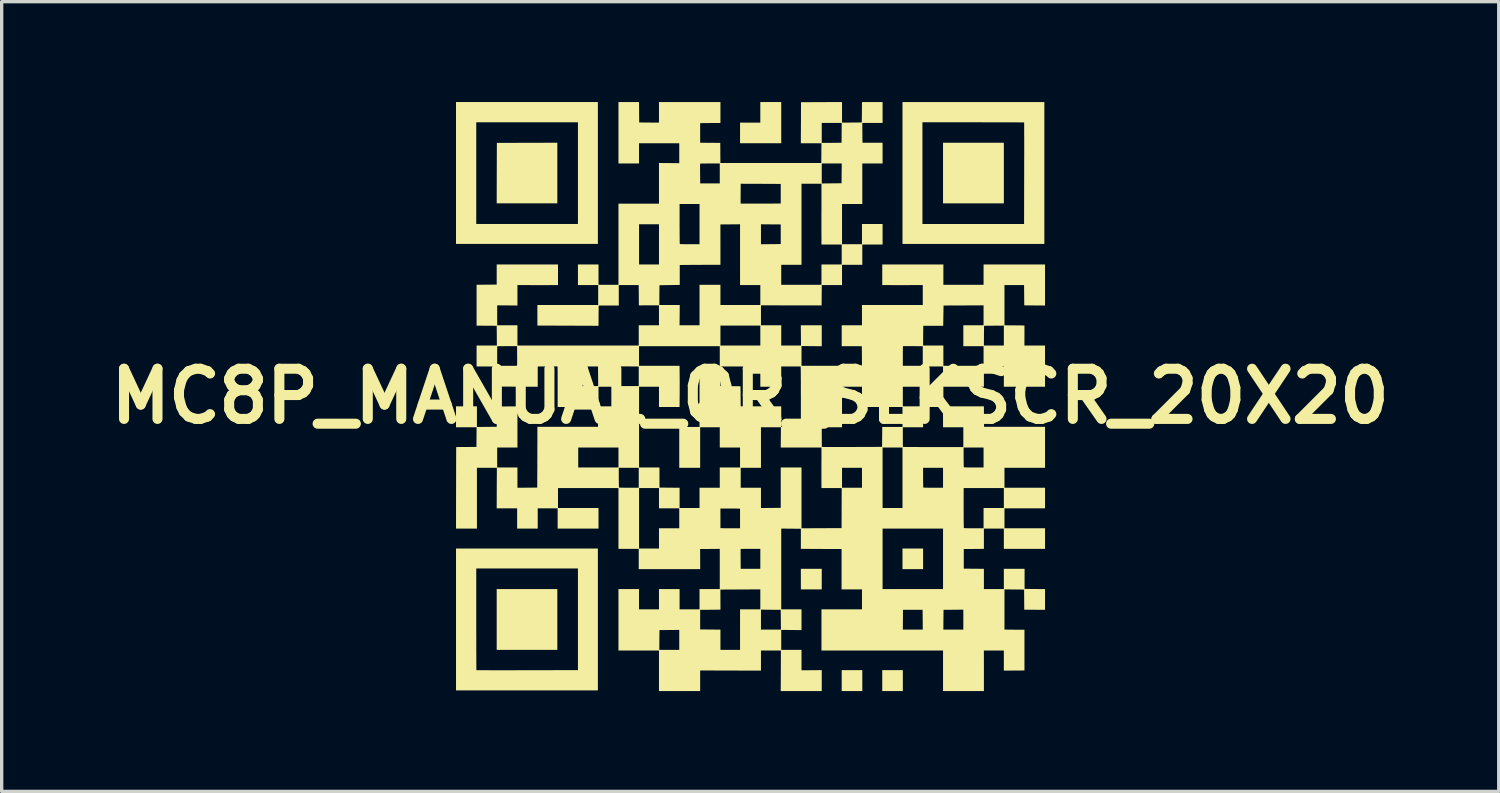
<source format=kicad_pcb>
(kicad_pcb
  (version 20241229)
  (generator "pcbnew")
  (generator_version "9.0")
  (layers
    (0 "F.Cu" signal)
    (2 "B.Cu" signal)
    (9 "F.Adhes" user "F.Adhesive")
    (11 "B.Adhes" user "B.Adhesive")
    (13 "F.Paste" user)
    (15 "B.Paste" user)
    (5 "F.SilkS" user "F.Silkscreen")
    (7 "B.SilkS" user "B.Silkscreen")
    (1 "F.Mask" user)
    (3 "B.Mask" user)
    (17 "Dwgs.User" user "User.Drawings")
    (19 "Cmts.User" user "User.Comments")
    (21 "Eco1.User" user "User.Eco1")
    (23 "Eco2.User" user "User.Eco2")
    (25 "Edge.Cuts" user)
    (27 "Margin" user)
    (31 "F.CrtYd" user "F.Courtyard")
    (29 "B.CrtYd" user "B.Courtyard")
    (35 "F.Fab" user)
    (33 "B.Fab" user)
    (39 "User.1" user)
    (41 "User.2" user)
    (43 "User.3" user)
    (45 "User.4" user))
  (footprint "MC8P_MANUAL_QR_SLKSCR_20X20"
    (layer "F.Cu")
    (at 19.371 8.792)
    (property "Reference" "MC8P_MANUAL_QR_SLKSCR_20X20" (at 0 0 0) (layer "F.SilkS") (effects (font (size 1.5 1.5) (thickness 0.3))))
    (attr board_only exclude_from_pos_files exclude_from_bom)
    (fp_poly (pts (xy -5.764 -6.67) (xy -5.764 -5.764) (xy -6.67 -5.764) (xy -7.576 -5.764) (xy -7.574 -6.668) (xy -7.571 -7.571) (xy -6.668 -7.574) (xy -5.764 -7.576)) (stroke (width 0) (type solid)) (fill yes) (layer "F.SilkS"))
    (fp_poly (pts (xy -5.764 6.672) (xy -5.764 7.581) (xy -6.67 7.581) (xy -7.576 7.581) (xy -7.576 6.672) (xy -7.576 5.764) (xy -6.67 5.764) (xy -5.764 5.764)) (stroke (width 0) (type solid)) (fill yes) (layer "F.SilkS"))
    (fp_poly (pts (xy 2.139 5.466) (xy 2.139 5.774) (xy 1.827 5.774) (xy 1.515 5.774) (xy 1.515 5.466) (xy 1.514 5.158) (xy 1.827 5.158) (xy 2.139 5.158)) (stroke (width 0) (type solid)) (fill yes) (layer "F.SilkS"))
    (fp_poly (pts (xy 3.351 8.499) (xy 3.351 8.812) (xy 3.043 8.812) (xy 2.735 8.812) (xy 2.735 8.499) (xy 2.735 8.187) (xy 3.043 8.187) (xy 3.351 8.187)) (stroke (width 0) (type solid)) (fill yes) (layer "F.SilkS"))
    (fp_poly (pts (xy 4.562 8.499) (xy 4.562 8.812) (xy 4.255 8.812) (xy 3.947 8.812) (xy 3.947 8.499) (xy 3.947 8.187) (xy 4.255 8.187) (xy 4.562 8.187)) (stroke (width 0) (type solid)) (fill yes) (layer "F.SilkS"))
    (fp_poly (pts (xy 5.168 4.86) (xy 5.168 5.168) (xy 4.86 5.168) (xy 4.552 5.168) (xy 4.552 4.86) (xy 4.552 4.552) (xy 4.86 4.552) (xy 5.168 4.552)) (stroke (width 0) (type solid)) (fill yes) (layer "F.SilkS"))
    (fp_poly (pts (xy 7.581 -6.67) (xy 7.581 -5.764) (xy 6.672 -5.764) (xy 5.764 -5.764) (xy 5.764 -6.67) (xy 5.764 -7.576) (xy 6.672 -7.576) (xy 7.581 -7.576)) (stroke (width 0) (type solid)) (fill yes) (layer "F.SilkS"))
    (fp_poly (pts (xy 0.928 -8.177) (xy 0.928 -7.561) (xy 0.313 -7.561) (xy -0.303 -7.561) (xy -0.303 -7.869) (xy -0.303 -8.177) (xy 0 -8.177) (xy 0.303 -8.177) (xy 0.303 -8.485) (xy 0.303 -8.792) (xy 0.615 -8.792) (xy 0.928 -8.792)) (stroke (width 0) (type solid)) (fill yes) (layer "F.SilkS"))
    (fp_poly (pts (xy -4.552 -6.672) (xy -4.552 -4.552) (xy -6.672 -4.552) (xy -8.792 -4.552) (xy -8.792 -6.668) (xy -8.187 -6.668) (xy -8.187 -5.148) (xy -6.668 -5.148) (xy -5.148 -5.148) (xy -5.148 -6.668) (xy -5.148 -8.187) (xy -6.668 -8.187) (xy -8.187 -8.187) (xy -8.187 -6.668) (xy -8.792 -6.668) (xy -8.792 -6.672) (xy -8.792 -8.792) (xy -6.672 -8.792) (xy -4.552 -8.792)) (stroke (width 0) (type solid)) (fill yes) (layer "F.SilkS"))
    (fp_poly (pts (xy -4.552 6.672) (xy -4.552 8.792) (xy -6.672 8.792) (xy -8.792 8.792) (xy -8.792 6.672) (xy -8.792 6.666) (xy -8.187 6.666) (xy -8.187 6.837) (xy -8.187 7.002) (xy -8.186 7.161) (xy -8.186 7.312) (xy -8.186 7.455) (xy -8.186 7.588) (xy -8.185 7.711) (xy -8.185 7.822) (xy -8.185 7.921) (xy -8.184 8.005) (xy -8.184 8.075) (xy -8.184 8.129) (xy -8.183 8.166) (xy -8.183 8.185) (xy -8.183 8.187) (xy -8.172 8.188) (xy -8.144 8.188) (xy -8.098 8.189) (xy -8.036 8.189) (xy -7.958 8.189) (xy -7.866 8.189) (xy -7.761 8.19) (xy -7.644 8.19) (xy -7.515 8.19) (xy -7.377 8.19) (xy -7.229 8.19) (xy -7.074 8.19) (xy -6.911 8.189) (xy -6.743 8.189) (xy -6.663 8.189) (xy -5.148 8.186) (xy -5.148 6.667) (xy -5.148 5.148) (xy -6.668 5.148) (xy -8.187 5.148) (xy -8.187 6.666) (xy -8.792 6.666) (xy -8.792 4.552) (xy -6.672 4.552) (xy -4.552 4.552)) (stroke (width 0) (type solid)) (fill yes) (layer "F.SilkS"))
    (fp_poly (pts (xy 8.792 -6.672) (xy 8.792 -4.552) (xy 6.672 -4.552) (xy 4.552 -4.552) (xy 4.552 -6.668) (xy 5.148 -6.668) (xy 5.148 -5.148) (xy 6.667 -5.148) (xy 8.186 -5.148) (xy 8.189 -6.663) (xy 8.189 -6.834) (xy 8.189 -6.999) (xy 8.19 -7.158) (xy 8.19 -7.309) (xy 8.19 -7.452) (xy 8.19 -7.585) (xy 8.19 -7.708) (xy 8.189 -7.819) (xy 8.189 -7.917) (xy 8.189 -8.001) (xy 8.189 -8.071) (xy 8.188 -8.125) (xy 8.188 -8.161) (xy 8.188 -8.18) (xy 8.187 -8.183) (xy 8.177 -8.183) (xy 8.149 -8.183) (xy 8.103 -8.184) (xy 8.04 -8.184) (xy 7.963 -8.185) (xy 7.871 -8.185) (xy 7.766 -8.185) (xy 7.648 -8.186) (xy 7.52 -8.186) (xy 7.381 -8.186) (xy 7.234 -8.186) (xy 7.078 -8.186) (xy 6.916 -8.187) (xy 6.748 -8.187) (xy 6.666 -8.187) (xy 5.148 -8.187) (xy 5.148 -6.668) (xy 4.552 -6.668) (xy 4.552 -6.672) (xy 4.552 -8.792) (xy 6.672 -8.792) (xy 8.792 -8.792)) (stroke (width 0) (type solid)) (fill yes) (layer "F.SilkS"))
    (fp_poly (pts (xy 2.745 -8.485) (xy 2.745 -8.177) (xy 3.041 -8.179) (xy 3.336 -8.182) (xy 3.339 -8.487) (xy 3.341 -8.792) (xy 3.649 -8.792) (xy 3.957 -8.792) (xy 3.957 -8.48) (xy 3.957 -8.167) (xy 3.654 -8.167) (xy 3.351 -8.167) (xy 3.353 -7.872) (xy 3.356 -7.576) (xy 3.656 -7.576) (xy 3.957 -7.576) (xy 3.957 -7.266) (xy 3.957 -6.956) (xy 3.654 -6.956) (xy 3.351 -6.956) (xy 3.351 -6.35) (xy 3.351 -5.744) (xy 3.048 -5.744) (xy 2.745 -5.744) (xy 2.745 -5.144) (xy 2.745 -4.543) (xy 3.043 -4.543) (xy 3.341 -4.543) (xy 3.341 -4.846) (xy 3.341 -5.148) (xy 3.649 -5.148) (xy 3.957 -5.148) (xy 3.957 -4.841) (xy 3.957 -4.533) (xy 3.654 -4.533) (xy 3.351 -4.533) (xy 3.351 -4.23) (xy 3.351 -3.927) (xy 3.048 -3.927) (xy 2.745 -3.927) (xy 2.745 -3.624) (xy 2.745 -3.322) (xy 2.442 -3.322) (xy 2.14 -3.322) (xy 2.137 -3.018) (xy 2.135 -2.715) (xy 1.228 -2.715) (xy 0.322 -2.716) (xy 0.322 -2.418) (xy 0.322 -2.12) (xy 0.625 -2.12) (xy 0.928 -2.12) (xy 0.928 -1.817) (xy 0.928 -1.514) (xy 1.224 -1.514) (xy 1.519 -1.514) (xy 1.516 -1.817) (xy 1.513 -2.12) (xy 1.826 -2.12) (xy 2.139 -2.12) (xy 2.139 -1.807) (xy 2.139 -1.494) (xy 1.837 -1.497) (xy 1.534 -1.5) (xy 1.534 -1.204) (xy 1.534 -0.909) (xy 2.438 -0.909) (xy 3.341 -0.909) (xy 3.339 -1.2) (xy 4.562 -1.2) (xy 4.562 -0.909) (xy 4.86 -0.909) (xy 5.158 -0.909) (xy 5.158 -1.201) (xy 5.158 -1.494) (xy 4.864 -1.497) (xy 4.79 -1.497) (xy 4.723 -1.498) (xy 4.665 -1.498) (xy 4.618 -1.497) (xy 4.585 -1.497) (xy 4.568 -1.496) (xy 4.566 -1.496) (xy 4.565 -1.485) (xy 4.564 -1.458) (xy 4.564 -1.415) (xy 4.563 -1.361) (xy 4.562 -1.297) (xy 4.562 -1.225) (xy 4.562 -1.2) (xy 3.339 -1.2) (xy 3.339 -1.202) (xy 3.336 -1.496) (xy 3.036 -1.495) (xy 2.735 -1.494) (xy 2.735 -1.514) (xy 5.168 -1.514) (xy 5.471 -1.514) (xy 5.774 -1.514) (xy 5.774 -1.211) (xy 5.774 -0.909) (xy 6.374 -0.909) (xy 6.975 -0.909) (xy 6.975 -1.202) (xy 6.975 -1.495) (xy 6.672 -1.495) (xy 6.37 -1.495) (xy 6.37 -1.514) (xy 6.985 -1.514) (xy 7.283 -1.514) (xy 7.581 -1.514) (xy 7.581 -1.812) (xy 7.581 -2.11) (xy 7.285 -2.108) (xy 6.99 -2.105) (xy 6.987 -1.81) (xy 6.985 -1.514) (xy 6.37 -1.514) (xy 6.37 -1.807) (xy 6.37 -2.12) (xy 6.672 -2.12) (xy 6.975 -2.12) (xy 6.975 -2.418) (xy 6.975 -2.716) (xy 6.377 -2.713) (xy 5.779 -2.711) (xy 5.774 -2.408) (xy 5.769 -2.105) (xy 5.471 -2.105) (xy 5.173 -2.105) (xy 5.17 -1.81) (xy 5.168 -1.514) (xy 2.735 -1.514) (xy 2.735 -1.807) (xy 2.735 -2.12) (xy 3.038 -2.12) (xy 3.341 -2.12) (xy 3.341 -2.423) (xy 3.341 -2.726) (xy 4.25 -2.726) (xy 5.158 -2.726) (xy 5.158 -3.024) (xy 5.158 -3.322) (xy 4.858 -3.322) (xy 4.763 -3.321) (xy 4.655 -3.321) (xy 4.541 -3.321) (xy 4.428 -3.321) (xy 4.322 -3.321) (xy 4.252 -3.321) (xy 3.947 -3.322) (xy 3.947 -3.629) (xy 3.947 -3.937) (xy 4.86 -3.937) (xy 5.774 -3.937) (xy 5.774 -3.634) (xy 5.774 -3.331) (xy 6.374 -3.331) (xy 6.975 -3.331) (xy 6.975 -3.634) (xy 6.975 -3.937) (xy 7.894 -3.937) (xy 8.812 -3.937) (xy 8.812 -3.324) (xy 8.812 -2.711) (xy 8.502 -2.713) (xy 8.191 -2.716) (xy 8.189 -3.019) (xy 8.186 -3.322) (xy 7.893 -3.322) (xy 7.6 -3.322) (xy 7.6 -2.721) (xy 7.6 -2.12) (xy 7.899 -2.118) (xy 8.197 -2.115) (xy 8.197 -1.815) (xy 8.196 -1.514) (xy 8.504 -1.514) (xy 8.812 -1.514) (xy 8.812 -0.899) (xy 8.812 -0.283) (xy 8.196 -0.283) (xy 7.581 -0.283) (xy 7.581 -0.586) (xy 7.581 -0.889) (xy 7.283 -0.889) (xy 6.985 -0.889) (xy 6.985 -0.586) (xy 6.985 -0.283) (xy 6.379 -0.283) (xy 5.774 -0.283) (xy 5.774 0.01) (xy 5.774 0.303) (xy 6.379 0.303) (xy 6.985 0.303) (xy 6.987 0.608) (xy 6.99 0.913) (xy 7.901 0.913) (xy 8.812 0.913) (xy 8.812 1.526) (xy 8.812 2.139) (xy 8.206 2.139) (xy 7.6 2.139) (xy 7.6 2.438) (xy 7.6 2.736) (xy 7.901 2.735) (xy 7.996 2.735) (xy 8.104 2.735) (xy 8.218 2.735) (xy 8.331 2.735) (xy 8.437 2.735) (xy 8.507 2.735) (xy 8.812 2.735) (xy 8.812 3.043) (xy 8.812 3.351) (xy 8.206 3.351) (xy 7.6 3.351) (xy 7.6 3.649) (xy 7.6 3.947) (xy 8.206 3.947) (xy 8.812 3.947) (xy 8.812 4.255) (xy 8.812 4.562) (xy 8.196 4.562) (xy 7.581 4.562) (xy 7.581 4.259) (xy 7.581 3.957) (xy 7.283 3.957) (xy 6.985 3.957) (xy 6.985 4.259) (xy 6.985 4.562) (xy 6.685 4.565) (xy 6.384 4.567) (xy 6.384 4.86) (xy 6.384 5.153) (xy 6.685 5.156) (xy 6.985 5.158) (xy 6.985 5.461) (xy 6.985 5.764) (xy 7.283 5.764) (xy 7.581 5.764) (xy 7.581 5.461) (xy 7.581 5.158) (xy 7.891 5.158) (xy 8.201 5.158) (xy 8.201 5.459) (xy 8.201 5.759) (xy 8.507 5.762) (xy 8.812 5.764) (xy 8.812 6.074) (xy 8.812 6.384) (xy 8.502 6.382) (xy 8.191 6.38) (xy 8.189 6.079) (xy 8.187 5.779) (xy 7.894 5.776) (xy 7.6 5.773) (xy 7.6 6.374) (xy 7.6 6.975) (xy 7.899 6.978) (xy 8.197 6.98) (xy 8.197 7.588) (xy 8.197 8.197) (xy 7.889 8.199) (xy 7.581 8.201) (xy 7.581 7.901) (xy 7.581 7.6) (xy 7.283 7.6) (xy 6.984 7.6) (xy 6.985 7.901) (xy 6.985 7.996) (xy 6.985 8.104) (xy 6.985 8.218) (xy 6.985 8.331) (xy 6.985 8.437) (xy 6.985 8.507) (xy 6.985 8.812) (xy 6.374 8.812) (xy 5.764 8.812) (xy 5.764 8.206) (xy 5.764 7.6) (xy 3.947 7.6) (xy 2.13 7.6) (xy 2.13 6.985) (xy 2.13 6.975) (xy 4.562 6.975) (xy 4.86 6.975) (xy 5.158 6.975) (xy 5.773 6.975) (xy 6.071 6.975) (xy 6.37 6.975) (xy 6.37 6.677) (xy 6.37 6.379) (xy 6.074 6.382) (xy 5.779 6.384) (xy 5.776 6.68) (xy 5.773 6.975) (xy 5.158 6.975) (xy 5.156 6.68) (xy 5.153 6.384) (xy 4.86 6.384) (xy 4.567 6.384) (xy 4.565 6.68) (xy 4.562 6.975) (xy 2.13 6.975) (xy 2.13 6.37) (xy 2.735 6.37) (xy 3.341 6.37) (xy 3.341 6.072) (xy 3.341 5.774) (xy 3.036 5.774) (xy 2.731 5.774) (xy 2.731 5.17) (xy 2.731 4.86) (xy 3.957 4.86) (xy 3.957 5.764) (xy 4.86 5.764) (xy 5.764 5.764) (xy 5.764 4.86) (xy 5.764 3.957) (xy 4.86 3.957) (xy 3.957 3.957) (xy 3.957 4.86) (xy 2.731 4.86) (xy 2.731 4.567) (xy 2.122 4.565) (xy 1.514 4.562) (xy 1.515 4.262) (xy 1.515 3.961) (xy 1.222 3.959) (xy 0.928 3.956) (xy 0.928 5.163) (xy 0.928 6.37) (xy 1.231 6.37) (xy 1.534 6.37) (xy 1.534 6.68) (xy 1.534 6.99) (xy 1.231 6.987) (xy 0.928 6.984) (xy 0.928 7.283) (xy 0.928 7.581) (xy 1.231 7.581) (xy 1.534 7.581) (xy 1.534 7.886) (xy 1.534 8.191) (xy 1.837 8.189) (xy 2.139 8.186) (xy 2.139 8.499) (xy 2.139 8.812) (xy 1.526 8.812) (xy 0.913 8.812) (xy 0.916 8.206) (xy 0.918 7.6) (xy 0.62 7.6) (xy 0.322 7.6) (xy 0.322 7.901) (xy 0.322 8.201) (xy -0.586 8.199) (xy -1.495 8.196) (xy -1.495 8.504) (xy -1.495 8.812) (xy -2.11 8.812) (xy -2.726 8.812) (xy -2.726 8.206) (xy -2.726 7.6) (xy -3.331 7.6) (xy -3.937 7.6) (xy -3.937 7.581) (xy -2.716 7.581) (xy -2.418 7.581) (xy -2.12 7.581) (xy -2.12 7.283) (xy -2.12 6.985) (xy -2.415 6.987) (xy -2.711 6.99) (xy -2.714 7.285) (xy -2.716 7.581) (xy -3.937 7.581) (xy -3.937 6.682) (xy -3.937 6.384) (xy -1.495 6.384) (xy -1.495 6.677) (xy -1.495 6.97) (xy -1.192 6.973) (xy -0.889 6.976) (xy -0.889 7.278) (xy -0.889 7.581) (xy -0.596 7.581) (xy -0.303 7.581) (xy -0.303 6.975) (xy -0.303 6.677) (xy 0.322 6.677) (xy 0.322 6.975) (xy 0.62 6.975) (xy 0.919 6.975) (xy 0.916 6.68) (xy 0.913 6.384) (xy 0.618 6.382) (xy 0.322 6.379) (xy 0.322 6.677) (xy -0.303 6.677) (xy -0.303 6.37) (xy 0 6.37) (xy 0.303 6.37) (xy 0.303 6.072) (xy 0.303 5.773) (xy -0.294 5.776) (xy -0.89 5.779) (xy -0.889 6.079) (xy -0.888 6.379) (xy -1.192 6.382) (xy -1.495 6.384) (xy -3.937 6.384) (xy -3.937 5.764) (xy -3.629 5.764) (xy -3.322 5.764) (xy -3.322 6.067) (xy -3.322 6.37) (xy -3.024 6.37) (xy -2.726 6.37) (xy -2.726 6.067) (xy -2.726 5.764) (xy -2.418 5.764) (xy -2.11 5.764) (xy -2.11 6.067) (xy -2.11 6.37) (xy -1.812 6.37) (xy -1.514 6.37) (xy -1.514 6.067) (xy -1.514 5.764) (xy -1.211 5.764) (xy -0.909 5.764) (xy -0.909 5.163) (xy -0.909 4.701) (xy -0.286 4.701) (xy -0.286 4.765) (xy -0.286 4.837) (xy -0.285 4.864) (xy -0.283 5.158) (xy 0.01 5.158) (xy 0.303 5.158) (xy 0.303 4.86) (xy 0.303 4.562) (xy 0.011 4.562) (xy -0.062 4.562) (xy -0.129 4.563) (xy -0.187 4.563) (xy -0.234 4.564) (xy -0.266 4.565) (xy -0.283 4.566) (xy -0.284 4.566) (xy -0.285 4.577) (xy -0.286 4.604) (xy -0.286 4.646) (xy -0.286 4.701) (xy -0.909 4.701) (xy -0.909 4.562) (xy -1.202 4.565) (xy -1.496 4.567) (xy -1.495 4.868) (xy -1.494 5.168) (xy -1.802 5.168) (xy -1.899 5.168) (xy -2.009 5.168) (xy -2.124 5.168) (xy -2.239 5.168) (xy -2.346 5.168) (xy -2.418 5.168) (xy -2.514 5.168) (xy -2.623 5.168) (xy -2.738 5.168) (xy -2.851 5.168) (xy -2.957 5.168) (xy -3.028 5.168) (xy -3.331 5.168) (xy -3.331 4.865) (xy -3.331 4.562) (xy -3.634 4.562) (xy -3.937 4.562) (xy -3.937 3.654) (xy -3.937 3.649) (xy -3.321 3.649) (xy -3.321 4.552) (xy -3.023 4.552) (xy -2.726 4.552) (xy -2.726 4.25) (xy -2.726 3.947) (xy -2.423 3.947) (xy -2.12 3.947) (xy -2.12 3.649) (xy -2.12 3.356) (xy -0.89 3.356) (xy -0.889 3.646) (xy -0.889 3.72) (xy -0.889 3.787) (xy -0.889 3.845) (xy -0.889 3.891) (xy -0.889 3.924) (xy -0.889 3.94) (xy -0.889 3.942) (xy -0.88 3.943) (xy -0.853 3.944) (xy -0.812 3.945) (xy -0.758 3.946) (xy -0.695 3.946) (xy -0.623 3.947) (xy -0.596 3.947) (xy -0.303 3.947) (xy -0.303 3.659) (xy -0.303 3.585) (xy -0.303 3.519) (xy -0.303 3.46) (xy -0.303 3.414) (xy -0.303 3.381) (xy -0.303 3.364) (xy -0.303 3.363) (xy -0.312 3.361) (xy -0.339 3.36) (xy -0.38 3.358) (xy -0.434 3.357) (xy -0.497 3.356) (xy -0.569 3.356) (xy -0.596 3.356) (xy -0.89 3.356) (xy -2.12 3.356) (xy -2.12 3.351) (xy -2.423 3.351) (xy -2.726 3.351) (xy -2.726 3.048) (xy -2.726 2.745) (xy -3.023 2.745) (xy -3.321 2.745) (xy -3.321 3.649) (xy -3.937 3.649) (xy -3.937 2.745) (xy -4.841 2.745) (xy -5.744 2.745) (xy -5.744 3.043) (xy -5.744 3.341) (xy -5.139 3.341) (xy -4.533 3.341) (xy -4.533 3.649) (xy -4.533 3.957) (xy -5.144 3.957) (xy -5.754 3.957) (xy -5.754 3.654) (xy -5.754 3.351) (xy -6.052 3.351) (xy -6.35 3.351) (xy -6.35 3.654) (xy -6.35 3.957) (xy -6.658 3.957) (xy -6.965 3.957) (xy -6.965 3.654) (xy -6.965 3.351) (xy -7.271 3.351) (xy -7.576 3.351) (xy -7.574 2.745) (xy -7.571 2.139) (xy -7.869 2.139) (xy -8.167 2.139) (xy -8.167 3.048) (xy -8.167 3.957) (xy -8.48 3.957) (xy -8.792 3.957) (xy -8.79 2.738) (xy -8.787 1.519) (xy -8.485 1.517) (xy -8.182 1.516) (xy -8.179 1.222) (xy -8.177 0.928) (xy -8.484 0.928) (xy -8.792 0.928) (xy -8.792 0.615) (xy -8.792 0.303) (xy -8.48 0.303) (xy -8.167 0.303) (xy -8.167 0.611) (xy -8.167 0.919) (xy -7.872 0.916) (xy -7.576 0.913) (xy -7.574 0.611) (xy -7.572 0.308) (xy -7.264 0.305) (xy -6.956 0.303) (xy -6.956 0.918) (xy -6.956 1.534) (xy -7.259 1.534) (xy -7.561 1.534) (xy -7.561 1.832) (xy -7.561 2.13) (xy -7.259 2.13) (xy -6.956 2.13) (xy -6.956 2.433) (xy -6.956 2.736) (xy -6.66 2.733) (xy -6.365 2.731) (xy -6.364 2.431) (xy -3.927 2.431) (xy -3.927 2.505) (xy -3.926 2.572) (xy -3.925 2.63) (xy -3.924 2.677) (xy -3.923 2.71) (xy -3.921 2.727) (xy -3.921 2.729) (xy -3.91 2.731) (xy -3.882 2.732) (xy -3.839 2.733) (xy -3.784 2.734) (xy -3.719 2.735) (xy -3.648 2.735) (xy -3.623 2.735) (xy -3.331 2.735) (xy -3.331 2.437) (xy -3.331 2.139) (xy -3.629 2.139) (xy -3.927 2.139) (xy -3.927 2.431) (xy -6.364 2.431) (xy -6.362 2.125) (xy -6.362 2.006) (xy -6.362 1.885) (xy -6.361 1.832) (xy -5.139 1.832) (xy -5.139 2.13) (xy -4.538 2.13) (xy -3.937 2.13) (xy -3.937 1.832) (xy -3.937 1.534) (xy -4.538 1.534) (xy -5.139 1.534) (xy -5.139 1.832) (xy -6.361 1.832) (xy -6.361 1.763) (xy -6.361 1.644) (xy -6.361 1.531) (xy -6.36 1.427) (xy -6.36 1.334) (xy -6.36 1.256) (xy -6.36 1.216) (xy -6.36 0.913) (xy -5.454 0.913) (xy -4.548 0.913) (xy -4.545 0.618) (xy -4.542 0.322) (xy -5.148 0.322) (xy -5.754 0.322) (xy -5.754 0.01) (xy -4.533 0.01) (xy -4.533 0.303) (xy -4.235 0.303) (xy -3.937 0.303) (xy -3.937 0.01) (xy -3.937 -0.283) (xy -4.235 -0.283) (xy -4.533 -0.283) (xy -4.533 0.01) (xy -5.754 0.01) (xy -5.754 -0.282) (xy -5.754 -0.303) (xy -5.139 -0.303) (xy -4.841 -0.303) (xy -4.542 -0.303) (xy -4.545 -0.594) (xy -3.927 -0.594) (xy -3.927 -0.303) (xy -3.629 -0.303) (xy -3.331 -0.303) (xy -3.331 -0.596) (xy -3.331 -0.888) (xy -3.625 -0.891) (xy -3.699 -0.892) (xy -3.766 -0.892) (xy -3.825 -0.892) (xy -3.871 -0.892) (xy -3.905 -0.891) (xy -3.922 -0.89) (xy -3.923 -0.89) (xy -3.924 -0.879) (xy -3.925 -0.852) (xy -3.926 -0.81) (xy -3.927 -0.755) (xy -3.927 -0.691) (xy -3.927 -0.62) (xy -3.927 -0.594) (xy -4.545 -0.594) (xy -4.545 -0.596) (xy -4.548 -0.89) (xy -4.841 -0.89) (xy -5.134 -0.89) (xy -5.136 -0.596) (xy -5.139 -0.303) (xy -5.754 -0.303) (xy -5.754 -0.388) (xy -5.754 -0.489) (xy -5.755 -0.583) (xy -5.755 -0.667) (xy -5.755 -0.74) (xy -5.756 -0.8) (xy -5.757 -0.847) (xy -5.757 -0.877) (xy -5.758 -0.89) (xy -5.758 -0.89) (xy -5.769 -0.891) (xy -5.796 -0.891) (xy -5.838 -0.892) (xy -5.893 -0.892) (xy -5.957 -0.892) (xy -6.029 -0.891) (xy -6.056 -0.891) (xy -6.35 -0.888) (xy -6.35 -0.586) (xy -6.35 -0.283) (xy -6.961 -0.286) (xy -7.572 -0.288) (xy -7.571 -0.589) (xy -7.571 -0.889) (xy -7.874 -0.889) (xy -8.177 -0.889) (xy -8.177 -1.202) (xy -8.177 -1.494) (xy -7.561 -1.494) (xy -7.561 -1.201) (xy -7.561 -0.909) (xy -7.263 -0.909) (xy -6.965 -0.909) (xy -6.965 -1.2) (xy -6.965 -1.202) (xy -3.322 -1.202) (xy -3.322 -0.909) (xy -2.716 -0.909) (xy -2.111 -0.909) (xy -2.108 -0.601) (xy -2.107 -0.504) (xy -2.107 -0.394) (xy -2.107 -0.279) (xy -2.107 -0.164) (xy -2.107 -0.057) (xy -2.108 0.015) (xy -2.111 0.322) (xy -2.418 0.322) (xy -2.726 0.322) (xy -2.726 0.02) (xy -2.726 -0.283) (xy -3.023 -0.283) (xy -3.321 -0.283) (xy -3.321 0.923) (xy -3.321 2.13) (xy -3.016 2.13) (xy -2.711 2.13) (xy -2.711 2.43) (xy -2.711 2.731) (xy -2.411 2.733) (xy -2.11 2.736) (xy -2.11 3.038) (xy -2.11 3.341) (xy -1.812 3.341) (xy -1.514 3.341) (xy -1.514 3.038) (xy -1.514 2.735) (xy -1.211 2.735) (xy -0.909 2.735) (xy -0.909 2.433) (xy -0.909 2.139) (xy -0.283 2.139) (xy -0.283 2.437) (xy -0.283 2.735) (xy 0.02 2.735) (xy 0.322 2.735) (xy 0.322 3.038) (xy 0.322 3.341) (xy 0.618 3.339) (xy 0.913 3.336) (xy 0.913 2.733) (xy 0.913 2.13) (xy 1.224 2.13) (xy 1.534 2.13) (xy 1.534 3.038) (xy 1.534 3.947) (xy 2.132 3.944) (xy 2.731 3.942) (xy 2.733 3.344) (xy 2.735 2.745) (xy 2.433 2.745) (xy 2.13 2.745) (xy 2.129 2.44) (xy 2.129 2.437) (xy 2.745 2.437) (xy 2.745 2.735) (xy 3.043 2.735) (xy 3.341 2.735) (xy 3.341 2.437) (xy 3.957 2.437) (xy 3.957 3.341) (xy 4.255 3.341) (xy 4.552 3.341) (xy 4.552 2.745) (xy 6.38 2.745) (xy 6.38 3.34) (xy 6.38 3.446) (xy 6.38 3.546) (xy 6.38 3.638) (xy 6.381 3.722) (xy 6.382 3.794) (xy 6.383 3.854) (xy 6.384 3.899) (xy 6.385 3.929) (xy 6.386 3.94) (xy 6.386 3.94) (xy 6.397 3.942) (xy 6.425 3.943) (xy 6.468 3.945) (xy 6.523 3.946) (xy 6.587 3.946) (xy 6.659 3.947) (xy 6.684 3.947) (xy 6.975 3.947) (xy 6.975 3.644) (xy 6.975 3.341) (xy 7.278 3.341) (xy 7.581 3.341) (xy 7.581 3.043) (xy 7.581 2.745) (xy 6.98 2.745) (xy 6.38 2.745) (xy 4.552 2.745) (xy 4.552 2.437) (xy 4.552 2.431) (xy 5.168 2.431) (xy 5.168 2.505) (xy 5.169 2.572) (xy 5.17 2.63) (xy 5.171 2.677) (xy 5.172 2.71) (xy 5.174 2.727) (xy 5.174 2.729) (xy 5.185 2.731) (xy 5.214 2.732) (xy 5.256 2.733) (xy 5.311 2.734) (xy 5.376 2.735) (xy 5.448 2.735) (xy 5.472 2.735) (xy 5.764 2.735) (xy 5.764 2.437) (xy 5.764 2.139) (xy 5.466 2.139) (xy 5.168 2.139) (xy 5.168 2.431) (xy 4.552 2.431) (xy 4.552 1.825) (xy 6.379 1.825) (xy 6.38 1.899) (xy 6.38 1.966) (xy 6.381 2.024) (xy 6.382 2.071) (xy 6.384 2.105) (xy 6.385 2.122) (xy 6.386 2.123) (xy 6.397 2.125) (xy 6.425 2.126) (xy 6.468 2.128) (xy 6.523 2.129) (xy 6.587 2.129) (xy 6.659 2.13) (xy 6.684 2.13) (xy 6.975 2.13) (xy 6.975 1.832) (xy 6.975 1.534) (xy 6.677 1.534) (xy 6.379 1.534) (xy 6.379 1.825) (xy 4.552 1.825) (xy 4.552 1.534) (xy 4.255 1.534) (xy 3.957 1.534) (xy 3.957 2.437) (xy 3.341 2.437) (xy 3.341 2.139) (xy 3.043 2.139) (xy 2.745 2.139) (xy 2.745 2.437) (xy 2.129 2.437) (xy 2.129 2.344) (xy 2.129 2.235) (xy 2.129 2.121) (xy 2.129 2.008) (xy 2.13 1.903) (xy 2.13 1.834) (xy 2.13 1.534) (xy 1.522 1.534) (xy 0.913 1.534) (xy 0.916 1.231) (xy 0.919 0.928) (xy 2.139 0.928) (xy 2.139 1.22) (xy 2.14 1.293) (xy 2.14 1.36) (xy 2.141 1.418) (xy 2.141 1.464) (xy 2.142 1.497) (xy 2.143 1.514) (xy 2.144 1.515) (xy 2.154 1.516) (xy 2.182 1.516) (xy 2.227 1.517) (xy 2.288 1.517) (xy 2.362 1.517) (xy 2.449 1.517) (xy 2.548 1.517) (xy 2.656 1.517) (xy 2.773 1.517) (xy 2.898 1.517) (xy 3.028 1.517) (xy 3.045 1.517) (xy 3.942 1.514) (xy 3.944 1.216) (xy 3.947 0.928) (xy 4.562 0.928) (xy 4.562 1.22) (xy 4.562 1.293) (xy 4.563 1.36) (xy 4.563 1.418) (xy 4.564 1.464) (xy 4.565 1.497) (xy 4.566 1.514) (xy 4.566 1.515) (xy 4.576 1.516) (xy 4.605 1.516) (xy 4.65 1.517) (xy 4.71 1.517) (xy 4.785 1.518) (xy 4.872 1.518) (xy 4.971 1.518) (xy 5.079 1.519) (xy 5.196 1.519) (xy 5.321 1.519) (xy 5.451 1.519) (xy 5.47 1.519) (xy 6.37 1.519) (xy 6.37 1.224) (xy 6.37 0.928) (xy 6.067 0.928) (xy 5.764 0.928) (xy 5.764 0.625) (xy 5.764 0.322) (xy 5.466 0.322) (xy 5.168 0.322) (xy 5.168 0.625) (xy 5.168 0.928) (xy 4.865 0.928) (xy 4.562 0.928) (xy 3.947 0.928) (xy 3.947 0.918) (xy 4.25 0.918) (xy 4.552 0.918) (xy 4.552 0.62) (xy 4.552 0.322) (xy 3.947 0.322) (xy 3.341 0.322) (xy 3.341 0.02) (xy 3.341 0.01) (xy 4.562 0.01) (xy 4.562 0.303) (xy 4.86 0.303) (xy 5.158 0.303) (xy 5.158 0.01) (xy 5.158 -0.283) (xy 4.86 -0.283) (xy 4.562 -0.283) (xy 4.562 0.01) (xy 3.341 0.01) (xy 3.341 -0.283) (xy 3.043 -0.283) (xy 2.745 -0.283) (xy 2.745 0.322) (xy 2.745 0.928) (xy 2.442 0.928) (xy 2.139 0.928) (xy 0.919 0.928) (xy 0.621 0.928) (xy 0.322 0.928) (xy 0.322 1.534) (xy 0.322 2.139) (xy 0.02 2.139) (xy -0.283 2.139) (xy -0.909 2.139) (xy -0.909 2.13) (xy -0.606 2.13) (xy -0.303 2.13) (xy -0.303 1.832) (xy -0.303 1.534) (xy -0.606 1.534) (xy -0.909 1.534) (xy -0.909 1.231) (xy -0.909 0.928) (xy -1.202 0.928) (xy -1.495 0.928) (xy -1.495 1.534) (xy -1.495 2.139) (xy -1.807 2.139) (xy -2.12 2.139) (xy -2.12 1.529) (xy -2.12 0.918) (xy -1.817 0.918) (xy -1.514 0.918) (xy -1.514 0.005) (xy -1.514 -0.596) (xy -0.889 -0.596) (xy -0.889 -0.303) (xy -0.589 -0.301) (xy -0.288 -0.298) (xy -0.286 0.002) (xy -0.283 0.303) (xy 0.323 0.303) (xy 0.928 0.303) (xy 0.928 0.611) (xy 0.928 0.919) (xy 1.221 0.916) (xy 1.515 0.913) (xy 1.515 0.012) (xy 1.514 -0.119) (xy 1.514 -0.244) (xy 1.514 -0.362) (xy 1.514 -0.472) (xy 1.513 -0.571) (xy 1.513 -0.596) (xy 5.168 -0.596) (xy 5.168 -0.303) (xy 5.466 -0.303) (xy 5.764 -0.303) (xy 5.764 -0.596) (xy 5.764 -0.889) (xy 5.466 -0.889) (xy 5.168 -0.889) (xy 5.168 -0.596) (xy 1.513 -0.596) (xy 1.513 -0.66) (xy 1.512 -0.736) (xy 1.512 -0.799) (xy 1.511 -0.846) (xy 1.51 -0.876) (xy 1.51 -0.889) (xy 1.51 -0.889) (xy 1.499 -0.889) (xy 1.471 -0.889) (xy 1.429 -0.889) (xy 1.374 -0.889) (xy 1.31 -0.889) (xy 1.239 -0.889) (xy 1.216 -0.889) (xy 0.928 -0.889) (xy 0.928 -0.586) (xy 0.928 -0.283) (xy 0.615 -0.283) (xy 0.303 -0.283) (xy 0.303 -0.586) (xy 0.303 -0.889) (xy -0.293 -0.889) (xy -0.889 -0.889) (xy -0.889 -0.596) (xy -1.514 -0.596) (xy -1.514 -0.909) (xy -1.211 -0.909) (xy -0.909 -0.909) (xy -0.909 -1.202) (xy -0.909 -1.495) (xy -2.115 -1.495) (xy -3.322 -1.495) (xy -3.322 -1.202) (xy -6.965 -1.202) (xy -6.966 -1.273) (xy -6.966 -1.34) (xy -6.967 -1.398) (xy -6.967 -1.445) (xy -6.968 -1.478) (xy -6.969 -1.494) (xy -6.97 -1.496) (xy -6.98 -1.496) (xy -7.007 -1.497) (xy -7.05 -1.498) (xy -7.104 -1.498) (xy -7.168 -1.498) (xy -7.24 -1.497) (xy -7.267 -1.497) (xy -7.561 -1.494) (xy -8.177 -1.494) (xy -8.177 -1.514) (xy -7.874 -1.514) (xy -7.571 -1.514) (xy -7.573 -1.81) (xy -7.576 -2.105) (xy -7.877 -2.107) (xy -8.177 -2.109) (xy -8.177 -2.415) (xy -8.177 -2.512) (xy -8.177 -2.621) (xy -8.177 -2.736) (xy -8.177 -2.85) (xy -8.177 -2.957) (xy -8.177 -3.026) (xy -8.177 -3.331) (xy -7.876 -3.334) (xy -7.576 -3.336) (xy -7.576 -3.637) (xy -7.576 -3.937) (xy -6.66 -3.937) (xy -5.744 -3.937) (xy -5.744 -3.629) (xy -5.744 -3.322) (xy -6.05 -3.321) (xy -6.146 -3.321) (xy -6.254 -3.321) (xy -6.368 -3.321) (xy -6.481 -3.321) (xy -6.586 -3.321) (xy -6.655 -3.322) (xy -6.956 -3.322) (xy -6.956 -3.017) (xy -6.956 -2.711) (xy -7.259 -2.714) (xy -7.561 -2.716) (xy -7.561 -2.418) (xy -7.561 -2.12) (xy -7.259 -2.12) (xy -6.956 -2.12) (xy -6.956 -1.817) (xy -6.956 -1.514) (xy -5.144 -1.514) (xy -3.331 -1.514) (xy -3.331 -1.812) (xy -0.889 -1.812) (xy -0.889 -1.514) (xy -0.293 -1.514) (xy 0.303 -1.514) (xy 0.303 -1.812) (xy 0.303 -2.11) (xy -0.293 -2.11) (xy -0.889 -2.11) (xy -0.889 -1.812) (xy -3.331 -1.812) (xy -3.331 -1.817) (xy -3.331 -2.12) (xy -3.028 -2.12) (xy -2.726 -2.12) (xy -2.726 -2.418) (xy -2.726 -2.716) (xy -3.026 -2.716) (xy -3.326 -2.715) (xy -3.327 -2.726) (xy -2.716 -2.726) (xy -2.411 -2.726) (xy -2.105 -2.726) (xy -2.108 -2.423) (xy -2.111 -2.12) (xy -1.812 -2.12) (xy -1.514 -2.12) (xy -1.514 -2.726) (xy -1.514 -3.331) (xy -1.202 -3.331) (xy -0.889 -3.331) (xy -0.889 -3.028) (xy -0.889 -2.726) (xy -0.293 -2.726) (xy 0.303 -2.726) (xy 0.303 -3.024) (xy 0.303 -3.322) (xy 0 -3.322) (xy -0.303 -3.322) (xy -0.303 -3.927) (xy 0.928 -3.927) (xy 0.928 -3.629) (xy 0.928 -3.331) (xy 1.529 -3.331) (xy 2.13 -3.331) (xy 2.13 -3.634) (xy 2.13 -3.937) (xy 2.433 -3.937) (xy 2.735 -3.937) (xy 2.735 -4.235) (xy 2.735 -4.533) (xy 2.433 -4.533) (xy 2.13 -4.533) (xy 2.13 -4.838) (xy 2.129 -4.906) (xy 2.129 -4.99) (xy 2.129 -5.088) (xy 2.129 -5.197) (xy 2.129 -5.313) (xy 2.129 -5.433) (xy 2.13 -5.555) (xy 2.13 -5.676) (xy 2.13 -5.747) (xy 2.13 -6.35) (xy 1.832 -6.35) (xy 1.534 -6.35) (xy 1.534 -5.139) (xy 1.534 -3.927) (xy 1.231 -3.927) (xy 0.928 -3.927) (xy -0.303 -3.927) (xy -0.303 -4.23) (xy -0.303 -4.841) (xy 0.322 -4.841) (xy 0.322 -4.542) (xy 0.618 -4.545) (xy 0.913 -4.548) (xy 0.913 -4.841) (xy 0.913 -5.134) (xy 0.618 -5.136) (xy 0.322 -5.139) (xy 0.322 -4.841) (xy -0.303 -4.841) (xy -0.303 -5.139) (xy -0.596 -5.136) (xy -0.89 -5.134) (xy -0.889 -4.53) (xy -0.889 -3.927) (xy -1.199 -3.927) (xy -1.295 -3.927) (xy -1.403 -3.927) (xy -1.517 -3.926) (xy -1.629 -3.926) (xy -1.733 -3.925) (xy -1.807 -3.925) (xy -2.105 -3.922) (xy -2.105 -3.624) (xy -2.105 -3.326) (xy -2.408 -3.322) (xy -2.711 -3.317) (xy -2.714 -3.021) (xy -2.716 -2.726) (xy -3.327 -2.726) (xy -3.329 -3.018) (xy -3.332 -3.322) (xy -3.629 -3.322) (xy -3.927 -3.322) (xy -3.927 -3.016) (xy -3.927 -2.711) (xy -4.228 -2.711) (xy -4.528 -2.711) (xy -4.531 -2.408) (xy -4.533 -2.105) (xy -5.146 -2.107) (xy -5.265 -2.108) (xy -5.387 -2.108) (xy -5.509 -2.109) (xy -5.627 -2.109) (xy -5.741 -2.109) (xy -5.845 -2.11) (xy -5.938 -2.11) (xy -6.016 -2.11) (xy -6.059 -2.11) (xy -6.36 -2.11) (xy -6.36 -2.418) (xy -6.36 -2.726) (xy -5.451 -2.726) (xy -4.543 -2.726) (xy -4.543 -3.024) (xy -4.543 -3.322) (xy -4.846 -3.322) (xy -5.148 -3.322) (xy -5.148 -3.629) (xy -5.148 -3.937) (xy -4.841 -3.937) (xy -4.533 -3.937) (xy -4.533 -3.634) (xy -4.533 -3.331) (xy -4.235 -3.331) (xy -3.937 -3.331) (xy -3.937 -4.538) (xy -3.321 -4.538) (xy -3.321 -3.937) (xy -3.023 -3.937) (xy -2.726 -3.937) (xy -2.726 -4.538) (xy -2.726 -5.139) (xy -3.023 -5.139) (xy -3.321 -5.139) (xy -3.321 -4.538) (xy -3.937 -4.538) (xy -3.937 -4.543) (xy -3.937 -5.744) (xy -2.11 -5.744) (xy -2.11 -5.15) (xy -2.11 -5.044) (xy -2.109 -4.944) (xy -2.109 -4.851) (xy -2.108 -4.768) (xy -2.108 -4.695) (xy -2.107 -4.636) (xy -2.106 -4.59) (xy -2.105 -4.561) (xy -2.104 -4.549) (xy -2.103 -4.549) (xy -2.092 -4.547) (xy -2.064 -4.546) (xy -2.022 -4.545) (xy -1.967 -4.544) (xy -1.902 -4.543) (xy -1.831 -4.543) (xy -1.806 -4.543) (xy -1.514 -4.543) (xy -1.514 -5.144) (xy -1.514 -5.744) (xy -1.812 -5.744) (xy -2.11 -5.744) (xy -3.937 -5.744) (xy -3.937 -5.754) (xy -3.331 -5.754) (xy -2.726 -5.754) (xy -2.726 -5.915) (xy -0.286 -5.915) (xy -0.286 -5.857) (xy -0.286 -5.81) (xy -0.285 -5.777) (xy -0.284 -5.76) (xy -0.284 -5.758) (xy -0.274 -5.757) (xy -0.246 -5.757) (xy -0.201 -5.756) (xy -0.143 -5.756) (xy -0.071 -5.756) (xy 0.011 -5.756) (xy 0.103 -5.756) (xy 0.203 -5.756) (xy 0.309 -5.756) (xy 0.317 -5.756) (xy 0.913 -5.759) (xy 0.913 -6.052) (xy 0.913 -6.345) (xy 0.315 -6.348) (xy -0.283 -6.35) (xy -0.285 -6.056) (xy -0.286 -5.982) (xy -0.286 -5.915) (xy -2.726 -5.915) (xy -2.726 -6.362) (xy -2.726 -6.817) (xy -1.498 -6.817) (xy -1.498 -6.753) (xy -1.497 -6.681) (xy -1.497 -6.654) (xy -1.494 -6.36) (xy -1.201 -6.36) (xy -0.909 -6.36) (xy -0.909 -6.658) (xy 2.139 -6.658) (xy 2.139 -6.359) (xy 2.435 -6.362) (xy 2.731 -6.365) (xy 2.733 -6.66) (xy 2.736 -6.956) (xy 2.438 -6.956) (xy 2.139 -6.956) (xy 2.139 -6.658) (xy -0.909 -6.658) (xy -0.909 -6.658) (xy -0.909 -6.956) (xy -1.2 -6.956) (xy -1.273 -6.956) (xy -1.34 -6.955) (xy -1.398 -6.955) (xy -1.445 -6.954) (xy -1.478 -6.953) (xy -1.494 -6.952) (xy -1.496 -6.952) (xy -1.496 -6.941) (xy -1.497 -6.914) (xy -1.498 -6.871) (xy -1.498 -6.817) (xy -2.726 -6.817) (xy -2.726 -6.97) (xy -2.423 -6.968) (xy -2.12 -6.965) (xy -2.12 -7.263) (xy -2.12 -7.561) (xy -2.721 -7.561) (xy -3.322 -7.561) (xy -3.322 -7.259) (xy -3.322 -6.956) (xy -3.629 -6.956) (xy -3.937 -6.956) (xy -3.937 -7.874) (xy -3.937 -8.792) (xy -3.629 -8.792) (xy -3.322 -8.792) (xy -3.319 -8.487) (xy -3.317 -8.182) (xy -3.021 -8.179) (xy -2.726 -8.177) (xy -2.726 -8.484) (xy -2.726 -8.792) (xy -1.807 -8.792) (xy -0.889 -8.792) (xy -0.889 -8.48) (xy -0.889 -8.167) (xy -1.192 -8.165) (xy -1.495 -8.162) (xy -1.495 -7.869) (xy -1.495 -7.576) (xy -1.195 -7.574) (xy -0.894 -7.572) (xy -0.892 -7.271) (xy -0.89 -6.97) (xy 0.617 -6.97) (xy 2.125 -6.97) (xy 2.127 -7.266) (xy 2.13 -7.561) (xy 1.822 -7.561) (xy 1.514 -7.561) (xy 1.515 -7.869) (xy 2.139 -7.869) (xy 2.139 -7.571) (xy 2.435 -7.573) (xy 2.731 -7.576) (xy 2.733 -7.872) (xy 2.736 -8.167) (xy 2.438 -8.167) (xy 2.139 -8.167) (xy 2.139 -7.869) (xy 1.515 -7.869) (xy 1.517 -8.174) (xy 1.519 -8.787) (xy 2.132 -8.79) (xy 2.745 -8.792)) (stroke (width 0) (type solid)) (fill yes) (layer "F.SilkS")))
  (gr_rect
    (start -3 -3)
    (end 41.743 20.604)
    (stroke (width 0.1) (type default))
    (fill no)
    (layer "Edge.Cuts")))
</source>
